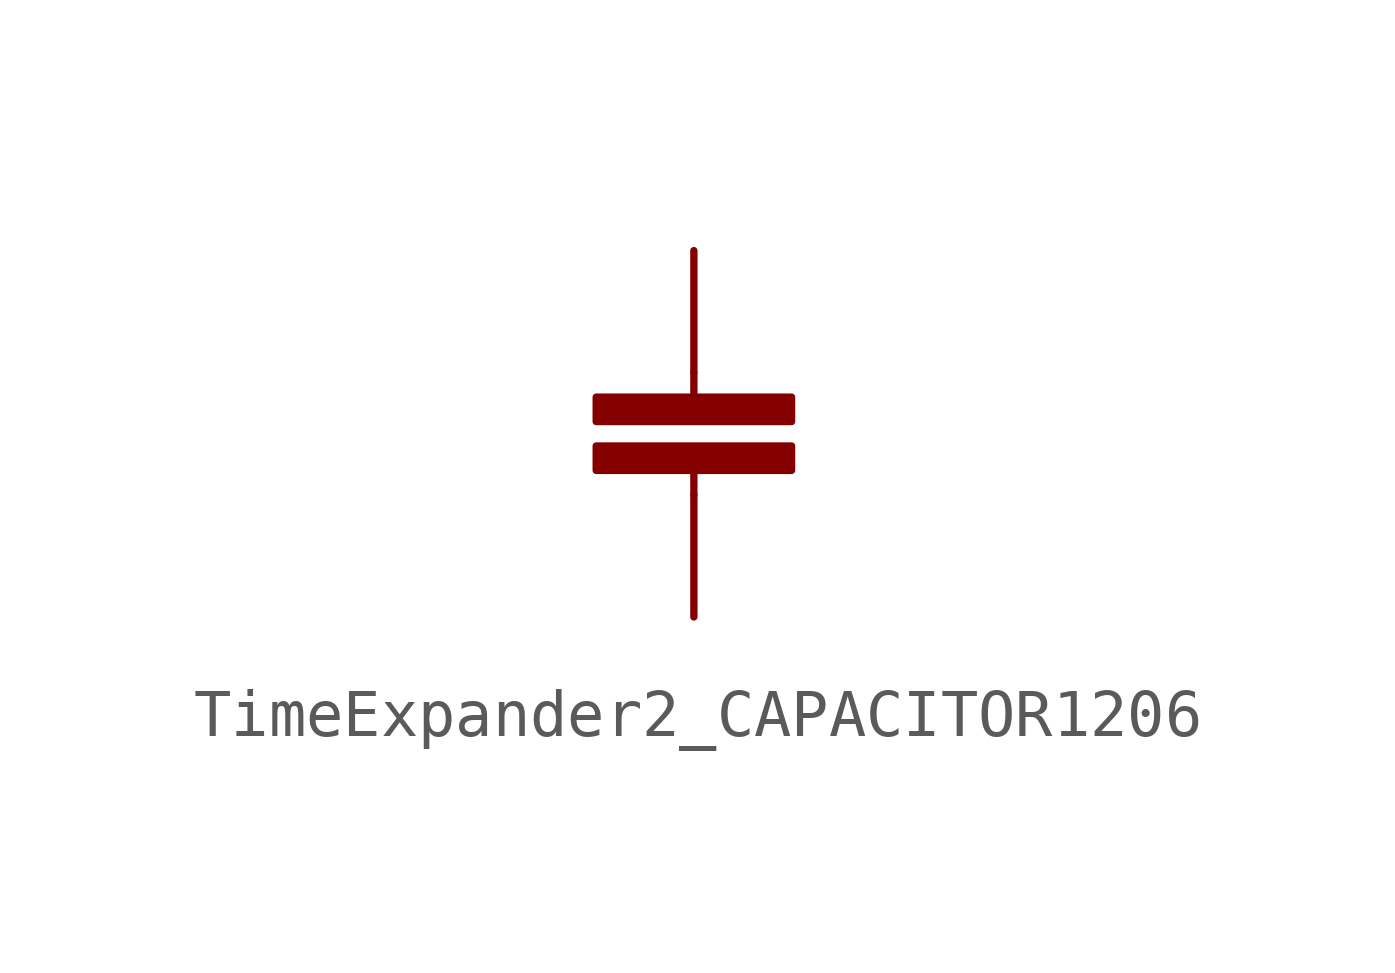
<source format=kicad_sym>
(kicad_symbol_lib
  (version 20231120)
  (generator "kicad_symbol_editor")
  (generator_version "8.0")
  (symbol "TimeExpander2_CAPACITOR1206"
    (property "Reference" ""
      (at 1.778 0.508 0)
      (effects (font (size 1.27 1.079)) (justify left bottom) (hide yes)))
    (property "Value" ""
      (at 1.778 -3.81 0)
      (effects (font (size 1.27 1.079)) (justify left bottom)))
    (property "ki_locked" ""
      (at 0 0 0)
      (effects (font (size 1.27 1.27))))
    (symbol "TimeExpander2_CAPACITOR1206_1_0"
      (rectangle (start -2.032 -2.032) (end 2.032 -1.524) (stroke (width 0) (type default)) (fill (type outline)))
      (rectangle (start -2.032 -1.016) (end 2.032 -0.508) (stroke (width 0) (type default)) (fill (type outline)))
      (polyline (pts (xy 0 -2.54) (xy 0 -2.032)) (stroke (width 0.152) (type solid)) (fill (type none)))
      (polyline (pts (xy 0 0) (xy 0 -0.508)) (stroke (width 0.152) (type solid)) (fill (type none)))
      (pin passive line (at 0 2.54 270) (length 2.54) (name "1" (effects (font (size 0 0)))) (number "P$1" (effects (font (size 0 0)))))
      (pin passive line (at 0 -5.08 90) (length 2.54) (name "2" (effects (font (size 0 0)))) (number "P$2" (effects (font (size 0 0))))))))
</source>
